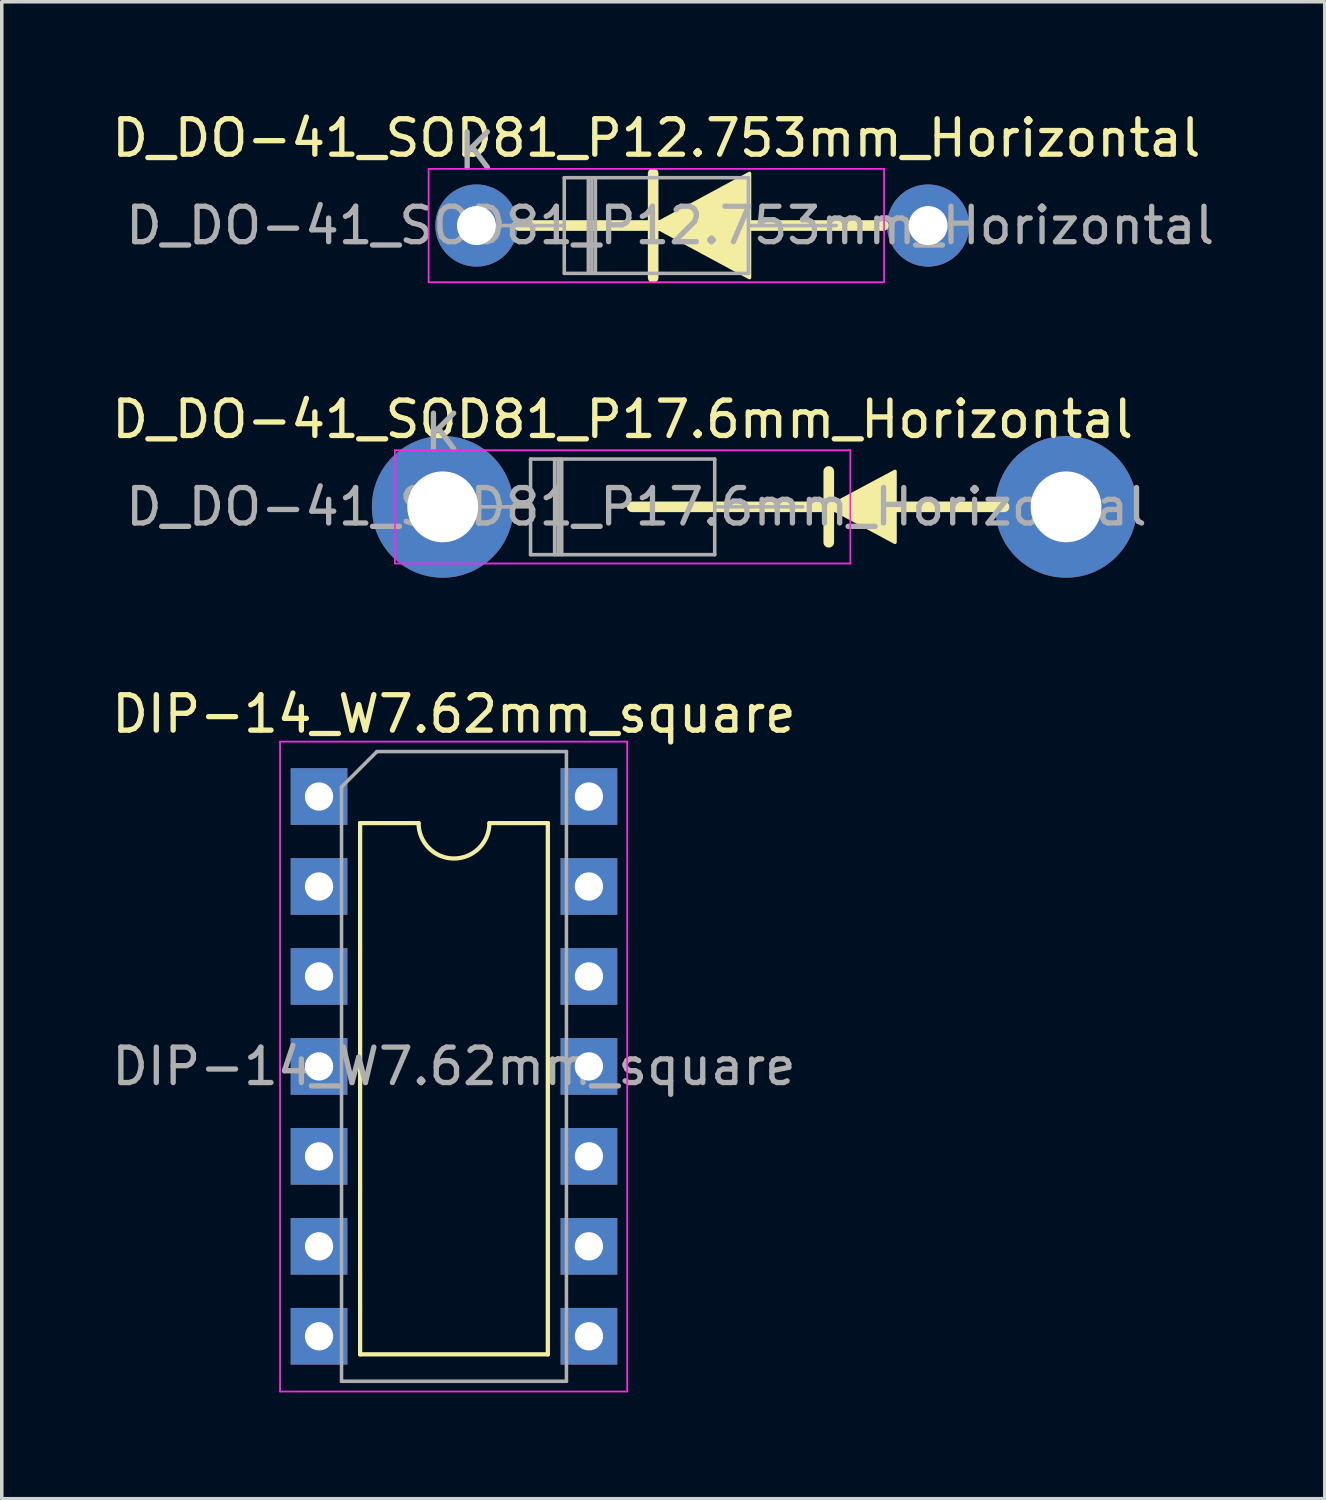
<source format=kicad_pcb>
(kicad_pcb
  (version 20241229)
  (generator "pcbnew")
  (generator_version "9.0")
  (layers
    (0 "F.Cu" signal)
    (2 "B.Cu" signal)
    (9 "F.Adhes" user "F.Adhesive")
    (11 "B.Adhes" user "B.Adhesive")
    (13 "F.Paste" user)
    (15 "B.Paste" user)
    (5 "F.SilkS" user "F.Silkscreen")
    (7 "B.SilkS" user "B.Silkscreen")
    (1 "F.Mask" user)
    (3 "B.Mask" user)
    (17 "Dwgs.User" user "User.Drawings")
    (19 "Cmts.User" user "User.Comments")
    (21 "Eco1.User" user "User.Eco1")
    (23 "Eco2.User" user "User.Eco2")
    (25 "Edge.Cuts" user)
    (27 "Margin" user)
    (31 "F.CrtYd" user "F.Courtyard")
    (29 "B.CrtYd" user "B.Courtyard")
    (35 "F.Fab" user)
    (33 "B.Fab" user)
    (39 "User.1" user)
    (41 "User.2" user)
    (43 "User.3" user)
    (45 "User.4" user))
  (footprint "D_DO-41_SOD81_P17.6mm_Horizontal"
    (layer "F.Cu")
    (at 9.45 11.261)
    (property "Reference" "D_DO-41_SOD81_P17.6mm_Horizontal" (at 5.08 -2.47 0) (layer "F.SilkS") (effects (font (size 1 1) (thickness 0.15))))
    (attr through_hole)
    (fp_line (start 5.35 0) (end 15.85 0) (stroke (width 0.3) (type solid)) (layer "F.SilkS"))
    (fp_line (start 8.82 0) (end 7.8 0) (stroke (width 0.12) (type solid)) (layer "F.SilkS"))
    (fp_line (start 10.9 -1) (end 10.9 1) (stroke (width 0.3) (type solid)) (layer "F.SilkS"))
    (fp_poly (pts (xy 12.77 -1) (xy 10.9 0) (xy 12.77 1)) (stroke (width 0.1) (type solid)) (fill yes) (layer "F.SilkS"))
    (fp_line (start -1.35 -1.6) (end -1.35 1.6) (stroke (width 0.05) (type solid)) (layer "F.CrtYd"))
    (fp_line (start -1.35 1.6) (end 11.51 1.6) (stroke (width 0.05) (type solid)) (layer "F.CrtYd"))
    (fp_line (start 11.51 -1.6) (end -1.35 -1.6) (stroke (width 0.05) (type solid)) (layer "F.CrtYd"))
    (fp_line (start 11.51 1.6) (end 11.51 -1.6) (stroke (width 0.05) (type solid)) (layer "F.CrtYd"))
    (fp_line (start 0 0) (end 2.48 0) (stroke (width 0.1) (type solid)) (layer "F.Fab"))
    (fp_line (start 2.48 -1.35) (end 2.48 1.35) (stroke (width 0.1) (type solid)) (layer "F.Fab"))
    (fp_line (start 2.48 1.35) (end 7.68 1.35) (stroke (width 0.1) (type solid)) (layer "F.Fab"))
    (fp_line (start 3.16 -1.35) (end 3.16 1.35) (stroke (width 0.1) (type solid)) (layer "F.Fab"))
    (fp_line (start 3.26 -1.35) (end 3.26 1.35) (stroke (width 0.1) (type solid)) (layer "F.Fab"))
    (fp_line (start 3.36 -1.35) (end 3.36 1.35) (stroke (width 0.1) (type solid)) (layer "F.Fab"))
    (fp_line (start 7.68 -1.35) (end 2.48 -1.35) (stroke (width 0.1) (type solid)) (layer "F.Fab"))
    (fp_line (start 7.68 1.35) (end 7.68 -1.35) (stroke (width 0.1) (type solid)) (layer "F.Fab"))
    (fp_line (start 10.16 0) (end 7.68 0) (stroke (width 0.1) (type solid)) (layer "F.Fab"))
    (fp_text user "K" (at 0 -2.1 0) (layer "F.Fab") (effects (font (size 1 1) (thickness 0.15))))
    (fp_text user "${REFERENCE}" (at 5.47 0 0) (layer "F.Fab") (effects (font (size 1 1) (thickness 0.15))))
    (pad "1" thru_hole oval (at 0 0) (size 4 4) (drill 2) (layers "*.Cu" "*.Mask"))
    (pad "2" thru_hole oval (at 17.6 0) (size 4 4) (drill 2) (layers "*.Cu" "*.Mask")))
  (footprint "DIP-14_W7.62mm_square"
    (layer "F.Cu")
    (at 5.958 19.44)
    (property "Reference" "DIP-14_W7.62mm_square" (at 3.81 -2.33 0) (layer "F.SilkS") (effects (font (size 1 1) (thickness 0.15))))
    (property "REF2" "" (at 0 0 0) (layer "F.SilkS") (effects (font (size 1.8 1.8) (thickness 0.3))))
    (attr through_hole)
    (fp_line (start 1.16 0.75) (end 1.16 15.75) (stroke (width 0.12) (type solid)) (layer "F.SilkS"))
    (fp_line (start 1.16 15.75) (end 6.46 15.75) (stroke (width 0.12) (type solid)) (layer "F.SilkS"))
    (fp_line (start 2.81 0.75) (end 1.16 0.75) (stroke (width 0.12) (type solid)) (layer "F.SilkS"))
    (fp_line (start 6.46 0.75) (end 4.81 0.75) (stroke (width 0.12) (type solid)) (layer "F.SilkS"))
    (fp_line (start 6.46 15.75) (end 6.46 0.75) (stroke (width 0.12) (type solid)) (layer "F.SilkS"))
    (fp_arc (start 4.81 0.75) (mid 3.81 1.75) (end 2.81 0.75) (stroke (width 0.12) (type solid)) (layer "F.SilkS"))
    (fp_line (start -1.1 -1.55) (end -1.1 16.8) (stroke (width 0.05) (type solid)) (layer "F.CrtYd"))
    (fp_line (start -1.1 16.8) (end 8.7 16.8) (stroke (width 0.05) (type solid)) (layer "F.CrtYd"))
    (fp_line (start 8.7 -1.55) (end -1.1 -1.55) (stroke (width 0.05) (type solid)) (layer "F.CrtYd"))
    (fp_line (start 8.7 16.8) (end 8.7 -1.55) (stroke (width 0.05) (type solid)) (layer "F.CrtYd"))
    (fp_line (start 0.635 -0.27) (end 1.635 -1.27) (stroke (width 0.1) (type solid)) (layer "F.Fab"))
    (fp_line (start 0.635 16.51) (end 0.635 -0.27) (stroke (width 0.1) (type solid)) (layer "F.Fab"))
    (fp_line (start 1.635 -1.27) (end 6.985 -1.27) (stroke (width 0.1) (type solid)) (layer "F.Fab"))
    (fp_line (start 6.985 -1.27) (end 6.985 16.51) (stroke (width 0.1) (type solid)) (layer "F.Fab"))
    (fp_line (start 6.985 16.51) (end 0.635 16.51) (stroke (width 0.1) (type solid)) (layer "F.Fab"))
    (fp_text user "${REFERENCE}" (at 3.81 7.62 0) (layer "F.Fab") (effects (font (size 1 1) (thickness 0.15))))
    (pad "1" thru_hole rect (at 0 0) (size 1.6 1.6) (drill 0.8) (layers "*.Cu" "*.Mask"))
    (pad "2" thru_hole rect (at 0 2.54) (size 1.6 1.6) (drill 0.8) (layers "*.Cu" "*.Mask"))
    (pad "3" thru_hole rect (at 0 5.08) (size 1.6 1.6) (drill 0.8) (layers "*.Cu" "*.Mask"))
    (pad "4" thru_hole rect (at 0 7.62) (size 1.6 1.6) (drill 0.8) (layers "*.Cu" "*.Mask"))
    (pad "5" thru_hole rect (at 0 10.16) (size 1.6 1.6) (drill 0.8) (layers "*.Cu" "*.Mask"))
    (pad "6" thru_hole rect (at 0 12.7) (size 1.6 1.6) (drill 0.8) (layers "*.Cu" "*.Mask"))
    (pad "7" thru_hole rect (at 0 15.24) (size 1.6 1.6) (drill 0.8) (layers "*.Cu" "*.Mask"))
    (pad "8" thru_hole rect (at 7.62 15.24) (size 1.6 1.6) (drill 0.8) (layers "*.Cu" "*.Mask"))
    (pad "9" thru_hole rect (at 7.62 12.7) (size 1.6 1.6) (drill 0.8) (layers "*.Cu" "*.Mask"))
    (pad "10" thru_hole rect (at 7.62 10.16) (size 1.6 1.6) (drill 0.8) (layers "*.Cu" "*.Mask"))
    (pad "11" thru_hole rect (at 7.62 7.62) (size 1.6 1.6) (drill 0.8) (layers "*.Cu" "*.Mask"))
    (pad "12" thru_hole rect (at 7.62 5.08) (size 1.6 1.6) (drill 0.8) (layers "*.Cu" "*.Mask"))
    (pad "13" thru_hole rect (at 7.62 2.54) (size 1.6 1.6) (drill 0.8) (layers "*.Cu" "*.Mask"))
    (pad "14" thru_hole rect (at 7.62 0) (size 1.6 1.6) (drill 0.8) (layers "*.Cu" "*.Mask")))
  (footprint "D_DO-41_SOD81_P12.753mm_Horizontal"
    (layer "F.Cu")
    (at 10.402 3.318)
    (property "Reference" "D_DO-41_SOD81_P12.753mm_Horizontal" (at 5.08 -2.47 0) (layer "F.SilkS") (effects (font (size 1 1) (thickness 0.15))))
    (attr through_hole)
    (fp_line (start 1.209 0) (end 11.491 0) (stroke (width 0.3) (type solid)) (layer "F.SilkS"))
    (fp_line (start 4.99 -1.47) (end 4.99 1.47) (stroke (width 0.3) (type solid)) (layer "F.SilkS"))
    (fp_line (start 8.82 0) (end 7.8 0) (stroke (width 0.12) (type solid)) (layer "F.SilkS"))
    (fp_poly (pts (xy 7.71 1.47) (xy 7.71 -1.47) (xy 4.99 0)) (stroke (width 0.1) (type solid)) (fill yes) (layer "F.SilkS"))
    (fp_line (start -1.35 -1.6) (end -1.35 1.6) (stroke (width 0.05) (type solid)) (layer "F.CrtYd"))
    (fp_line (start -1.35 1.6) (end 11.51 1.6) (stroke (width 0.05) (type solid)) (layer "F.CrtYd"))
    (fp_line (start 11.51 -1.6) (end -1.35 -1.6) (stroke (width 0.05) (type solid)) (layer "F.CrtYd"))
    (fp_line (start 11.51 1.6) (end 11.51 -1.6) (stroke (width 0.05) (type solid)) (layer "F.CrtYd"))
    (fp_line (start 0 0) (end 2.48 0) (stroke (width 0.1) (type solid)) (layer "F.Fab"))
    (fp_line (start 2.48 -1.35) (end 2.48 1.35) (stroke (width 0.1) (type solid)) (layer "F.Fab"))
    (fp_line (start 2.48 1.35) (end 7.68 1.35) (stroke (width 0.1) (type solid)) (layer "F.Fab"))
    (fp_line (start 3.16 -1.35) (end 3.16 1.35) (stroke (width 0.1) (type solid)) (layer "F.Fab"))
    (fp_line (start 3.26 -1.35) (end 3.26 1.35) (stroke (width 0.1) (type solid)) (layer "F.Fab"))
    (fp_line (start 3.36 -1.35) (end 3.36 1.35) (stroke (width 0.1) (type solid)) (layer "F.Fab"))
    (fp_line (start 7.68 -1.35) (end 2.48 -1.35) (stroke (width 0.1) (type solid)) (layer "F.Fab"))
    (fp_line (start 7.68 1.35) (end 7.68 -1.35) (stroke (width 0.1) (type solid)) (layer "F.Fab"))
    (fp_line (start 10.16 0) (end 7.68 0) (stroke (width 0.1) (type solid)) (layer "F.Fab"))
    (fp_text user "K" (at 0 -2.1 0) (layer "F.Fab") (effects (font (size 1 1) (thickness 0.15))))
    (fp_text user "${REFERENCE}" (at 5.47 0 0) (layer "F.Fab") (effects (font (size 1 1) (thickness 0.15))))
    (pad "1" thru_hole oval (at 0 0) (size 2.32 2.32) (drill 1.1) (layers "*.Cu" "*.Mask"))
    (pad "2" thru_hole oval (at 12.753 0) (size 2.32 2.32) (drill 1.1) (layers "*.Cu" "*.Mask")))
  (gr_rect
    (start -3 -3)
    (end 34.354 39.265)
    (stroke (width 0.1) (type default))
    (fill no)
    (layer "Edge.Cuts")))
</source>
